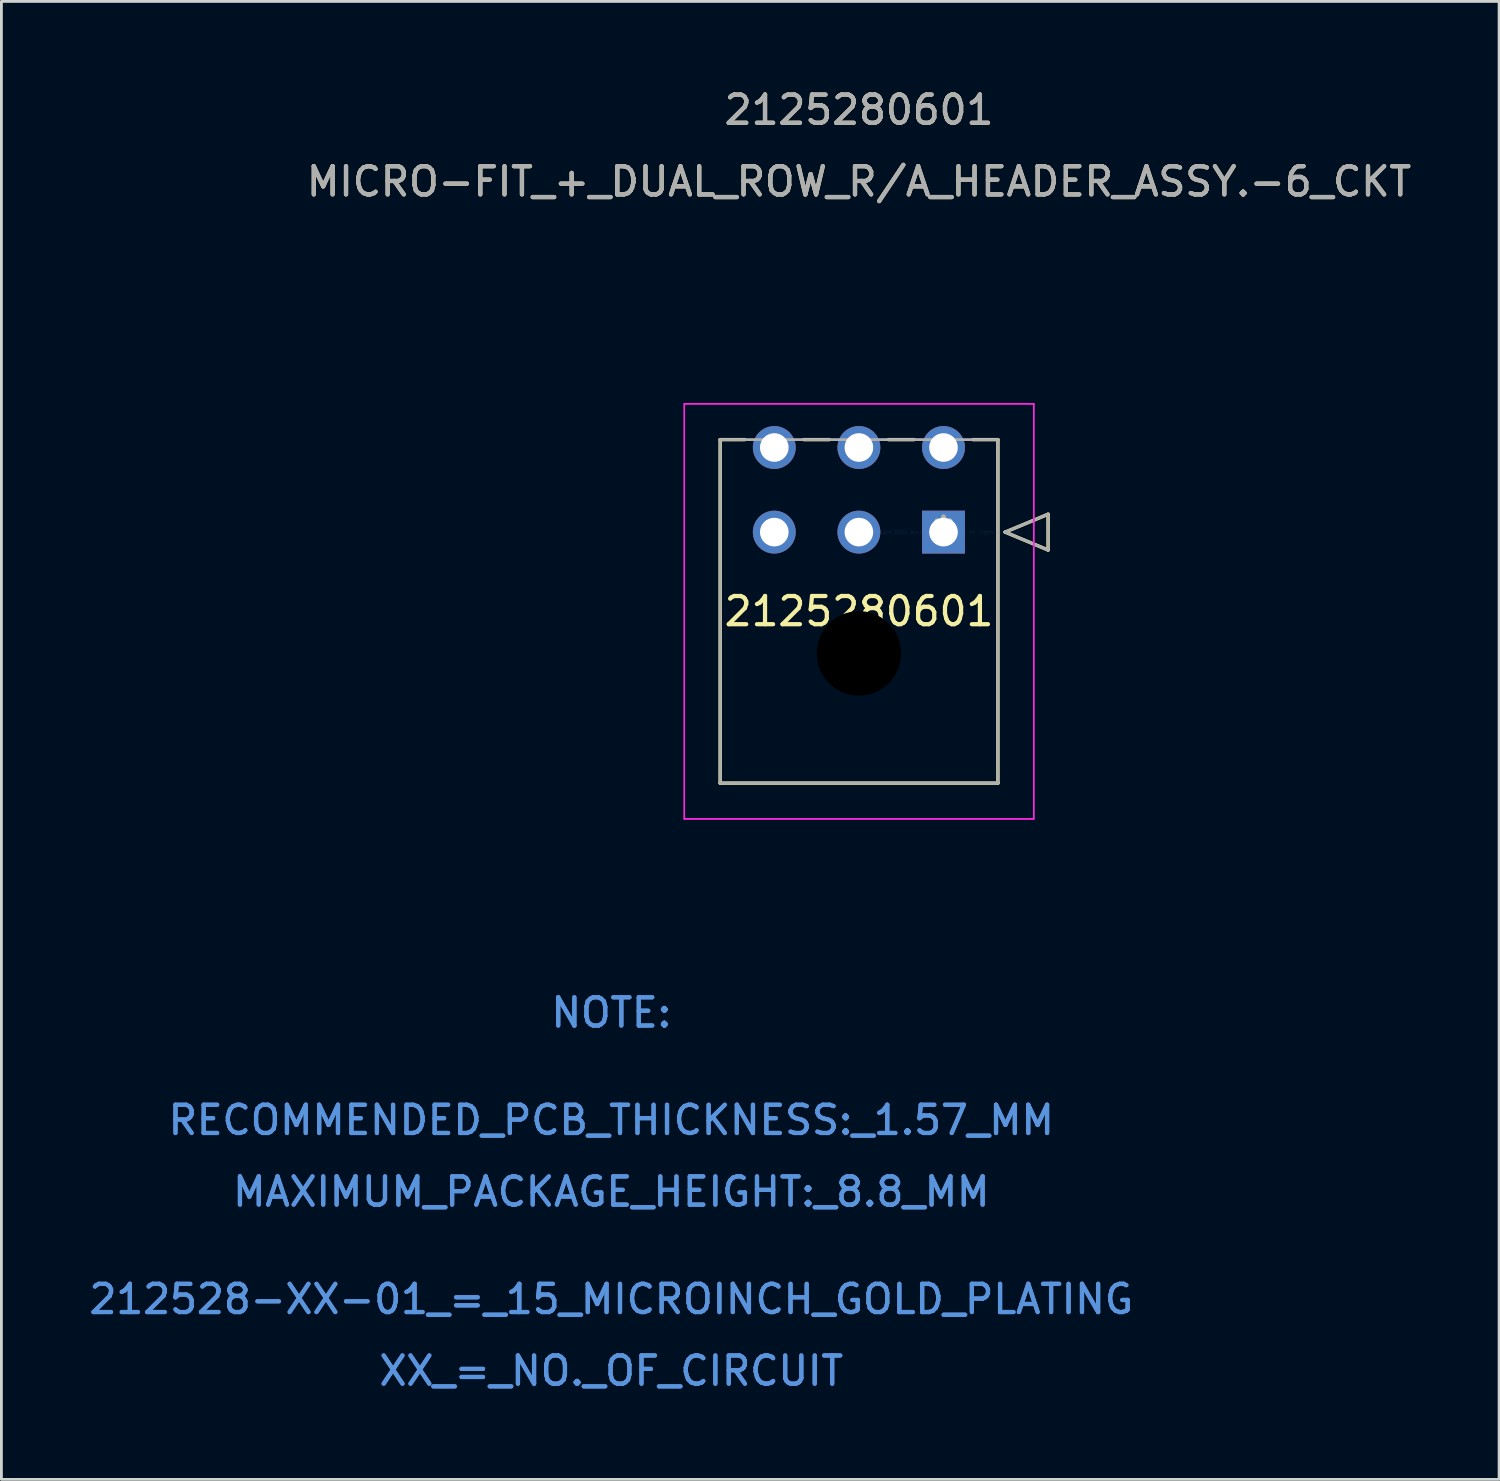
<source format=kicad_pcb>
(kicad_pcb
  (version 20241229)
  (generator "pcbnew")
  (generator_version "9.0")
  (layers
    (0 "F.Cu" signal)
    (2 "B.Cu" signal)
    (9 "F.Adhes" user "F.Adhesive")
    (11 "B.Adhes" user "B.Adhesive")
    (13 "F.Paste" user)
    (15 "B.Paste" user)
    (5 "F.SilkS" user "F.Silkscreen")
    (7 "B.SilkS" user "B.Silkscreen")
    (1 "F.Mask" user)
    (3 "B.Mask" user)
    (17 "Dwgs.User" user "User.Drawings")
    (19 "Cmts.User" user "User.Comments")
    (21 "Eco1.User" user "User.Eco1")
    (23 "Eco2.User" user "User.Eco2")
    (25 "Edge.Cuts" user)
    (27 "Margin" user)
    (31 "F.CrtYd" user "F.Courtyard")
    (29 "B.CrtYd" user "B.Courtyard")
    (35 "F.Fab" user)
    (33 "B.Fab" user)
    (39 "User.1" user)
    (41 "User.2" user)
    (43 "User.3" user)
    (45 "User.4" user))
  (footprint "2125280601"
    (layer "F.Cu")
    (at 30.405 15.818)
    (property "Reference" "2125280601" (at -2.995 2.81 0) (layer "F.SilkS") (effects (font (size 1 1) (thickness 0.15))))
    (attr through_hole)
    (fp_line (start -7.92 -3.28) (end -7.92 8.9) (stroke (width 0.12) (type solid)) (layer "F.SilkS"))
    (fp_line (start -7.92 8.9) (end 1.93 8.9) (stroke (width 0.12) (type solid)) (layer "F.SilkS"))
    (fp_line (start -7.043 -3.28) (end -7.92 -3.28) (stroke (width 0.12) (type solid)) (layer "F.SilkS"))
    (fp_line (start -4.043 -3.28) (end -4.957 -3.28) (stroke (width 0.12) (type solid)) (layer "F.SilkS"))
    (fp_line (start -1.043 -3.28) (end -1.957 -3.28) (stroke (width 0.12) (type solid)) (layer "F.SilkS"))
    (fp_line (start 1.93 -3.28) (end 1.043 -3.28) (stroke (width 0.12) (type solid)) (layer "F.SilkS"))
    (fp_line (start 1.93 8.9) (end 1.93 -3.28) (stroke (width 0.12) (type solid)) (layer "F.SilkS"))
    (fp_line (start 2.184 0) (end 3.708 -0.635) (stroke (width 0.12) (type solid)) (layer "F.SilkS"))
    (fp_line (start 3.708 -0.635) (end 3.708 0.635) (stroke (width 0.12) (type solid)) (layer "F.SilkS"))
    (fp_line (start 3.708 0.635) (end 2.184 0) (stroke (width 0.12) (type solid)) (layer "F.SilkS"))
    (fp_line (start -9.19 -4.55) (end -9.19 10.17) (stroke (width 0.05) (type solid)) (layer "F.CrtYd"))
    (fp_line (start -9.19 -4.55) (end -9.19 10.17) (stroke (width 0.05) (type solid)) (layer "F.CrtYd"))
    (fp_line (start -9.19 10.17) (end 3.2 10.17) (stroke (width 0.05) (type solid)) (layer "F.CrtYd"))
    (fp_line (start -9.19 10.17) (end 3.2 10.17) (stroke (width 0.05) (type solid)) (layer "F.CrtYd"))
    (fp_line (start 3.2 -4.55) (end -9.19 -4.55) (stroke (width 0.05) (type solid)) (layer "F.CrtYd"))
    (fp_line (start 3.2 -4.55) (end -9.19 -4.55) (stroke (width 0.05) (type solid)) (layer "F.CrtYd"))
    (fp_line (start 3.2 10.17) (end 3.2 -4.55) (stroke (width 0.05) (type solid)) (layer "F.CrtYd"))
    (fp_line (start 3.2 10.17) (end 3.2 -4.55) (stroke (width 0.05) (type solid)) (layer "F.CrtYd"))
    (fp_line (start -7.92 -3.28) (end -7.92 8.9) (stroke (width 0.1) (type solid)) (layer "F.Fab"))
    (fp_line (start -7.92 8.9) (end 1.93 8.9) (stroke (width 0.1) (type solid)) (layer "F.Fab"))
    (fp_line (start 1.93 -3.28) (end -7.92 -3.28) (stroke (width 0.1) (type solid)) (layer "F.Fab"))
    (fp_line (start 1.93 8.9) (end 1.93 -3.28) (stroke (width 0.1) (type solid)) (layer "F.Fab"))
    (fp_line (start 2.184 0) (end 3.708 -0.635) (stroke (width 0.1) (type solid)) (layer "F.Fab"))
    (fp_line (start 3.708 -0.635) (end 3.708 0.635) (stroke (width 0.1) (type solid)) (layer "F.Fab"))
    (fp_line (start 3.708 0.635) (end 2.184 0) (stroke (width 0.1) (type solid)) (layer "F.Fab"))
    (fp_text user "MICRO-FIT_+_DUAL_ROW_R/A_HEADER_ASSY.-6_CKT" (at -2.995 -12.43 0) (layer "F.SilkS") (effects (font (size 1 1) (thickness 0.15))))
    (fp_text user "2125280601" (at -2.995 -14.97 0) (layer "F.SilkS") (effects (font (size 1 1) (thickness 0.15))))
    (fp_text user "*" (at 0 0 0) (layer "F.SilkS") (effects (font (size 1 1) (thickness 0.15))))
    (fp_text user "MAXIMUM_PACKAGE_HEIGHT:_8.8_MM" (at -11.78 23.39 0) (layer "Cmts.User") (effects (font (size 1 1) (thickness 0.15))))
    (fp_text user "NOTE:" (at -11.78 17.04 0) (layer "Cmts.User") (effects (font (size 1 1) (thickness 0.15))))
    (fp_text user "XX_=_NO._OF_CIRCUIT" (at -11.78 29.74 0) (layer "Cmts.User") (effects (font (size 1 1) (thickness 0.15))))
    (fp_text user "RECOMMENDED_PCB_THICKNESS:_1.57_MM" (at -11.78 20.85 0) (layer "Cmts.User") (effects (font (size 1 1) (thickness 0.15))))
    (fp_text user "RECOMMENDED_PCB_THICKNESS:_1.57_MM" (at -11.78 20.85 0) (layer "Cmts.User") (effects (font (size 1 1) (thickness 0.15))))
    (fp_text user "XX_=_NO._OF_CIRCUIT" (at -11.78 29.74 0) (layer "Cmts.User") (effects (font (size 1 1) (thickness 0.15))))
    (fp_text user "212528-XX-01_=_15_MICROINCH_GOLD_PLATING" (at -11.78 27.2 0) (layer "Cmts.User") (effects (font (size 1 1) (thickness 0.15))))
    (fp_text user "MAXIMUM_PACKAGE_HEIGHT:_8.8_MM" (at -11.78 23.39 0) (layer "Cmts.User") (effects (font (size 1 1) (thickness 0.15))))
    (fp_text user "Copyright 2021 Accelerated Designs. All rights reserved." (at 0 0 0) (layer "Cmts.User") (effects (font (size 0.127 0.127) (thickness 0.002))))
    (fp_text user "212528-XX-01_=_15_MICROINCH_GOLD_PLATING" (at -11.78 27.2 0) (layer "Cmts.User") (effects (font (size 1 1) (thickness 0.15))))
    (fp_text user "NOTE:" (at -11.78 17.04 0) (layer "Cmts.User") (effects (font (size 1 1) (thickness 0.15))))
    (fp_text user "2125280601" (at -2.995 -14.97 0) (layer "F.Fab") (effects (font (size 1 1) (thickness 0.15))))
    (fp_text user "MICRO-FIT_+_DUAL_ROW_R/A_HEADER_ASSY.-6_CKT" (at -2.995 -12.43 0) (layer "F.Fab") (effects (font (size 1 1) (thickness 0.15))))
    (fp_text user "*" (at 0 0 0) (layer "F.Fab") (effects (font (size 1 1) (thickness 0.15))))
    (pad "" np_thru_hole circle (at -3 4.3) (size 3 3) (drill 2.997) (layers))
    (pad "1" thru_hole rect (at 0 0 90) (size 1.52 1.52) (drill 1.016) (layers "*.Cu" "*.Mask"))
    (pad "2" thru_hole circle (at -3 0) (size 1.52 1.52) (drill 1.016) (layers "*.Cu" "*.Mask"))
    (pad "3" thru_hole circle (at -6 0) (size 1.52 1.52) (drill 1.016) (layers "*.Cu" "*.Mask"))
    (pad "4" thru_hole circle (at 0 -3 90) (size 1.52 1.52) (drill 1.016) (layers "*.Cu" "*.Mask"))
    (pad "5" thru_hole circle (at -3 -3) (size 1.52 1.52) (drill 1.016) (layers "*.Cu" "*.Mask"))
    (pad "6" thru_hole circle (at -6 -3) (size 1.52 1.52) (drill 1.016) (layers "*.Cu" "*.Mask")))
  (gr_rect
    (start -3 -3)
    (end 50.106 49.407)
    (stroke (width 0.1) (type default))
    (fill no)
    (layer "Edge.Cuts")))
</source>
